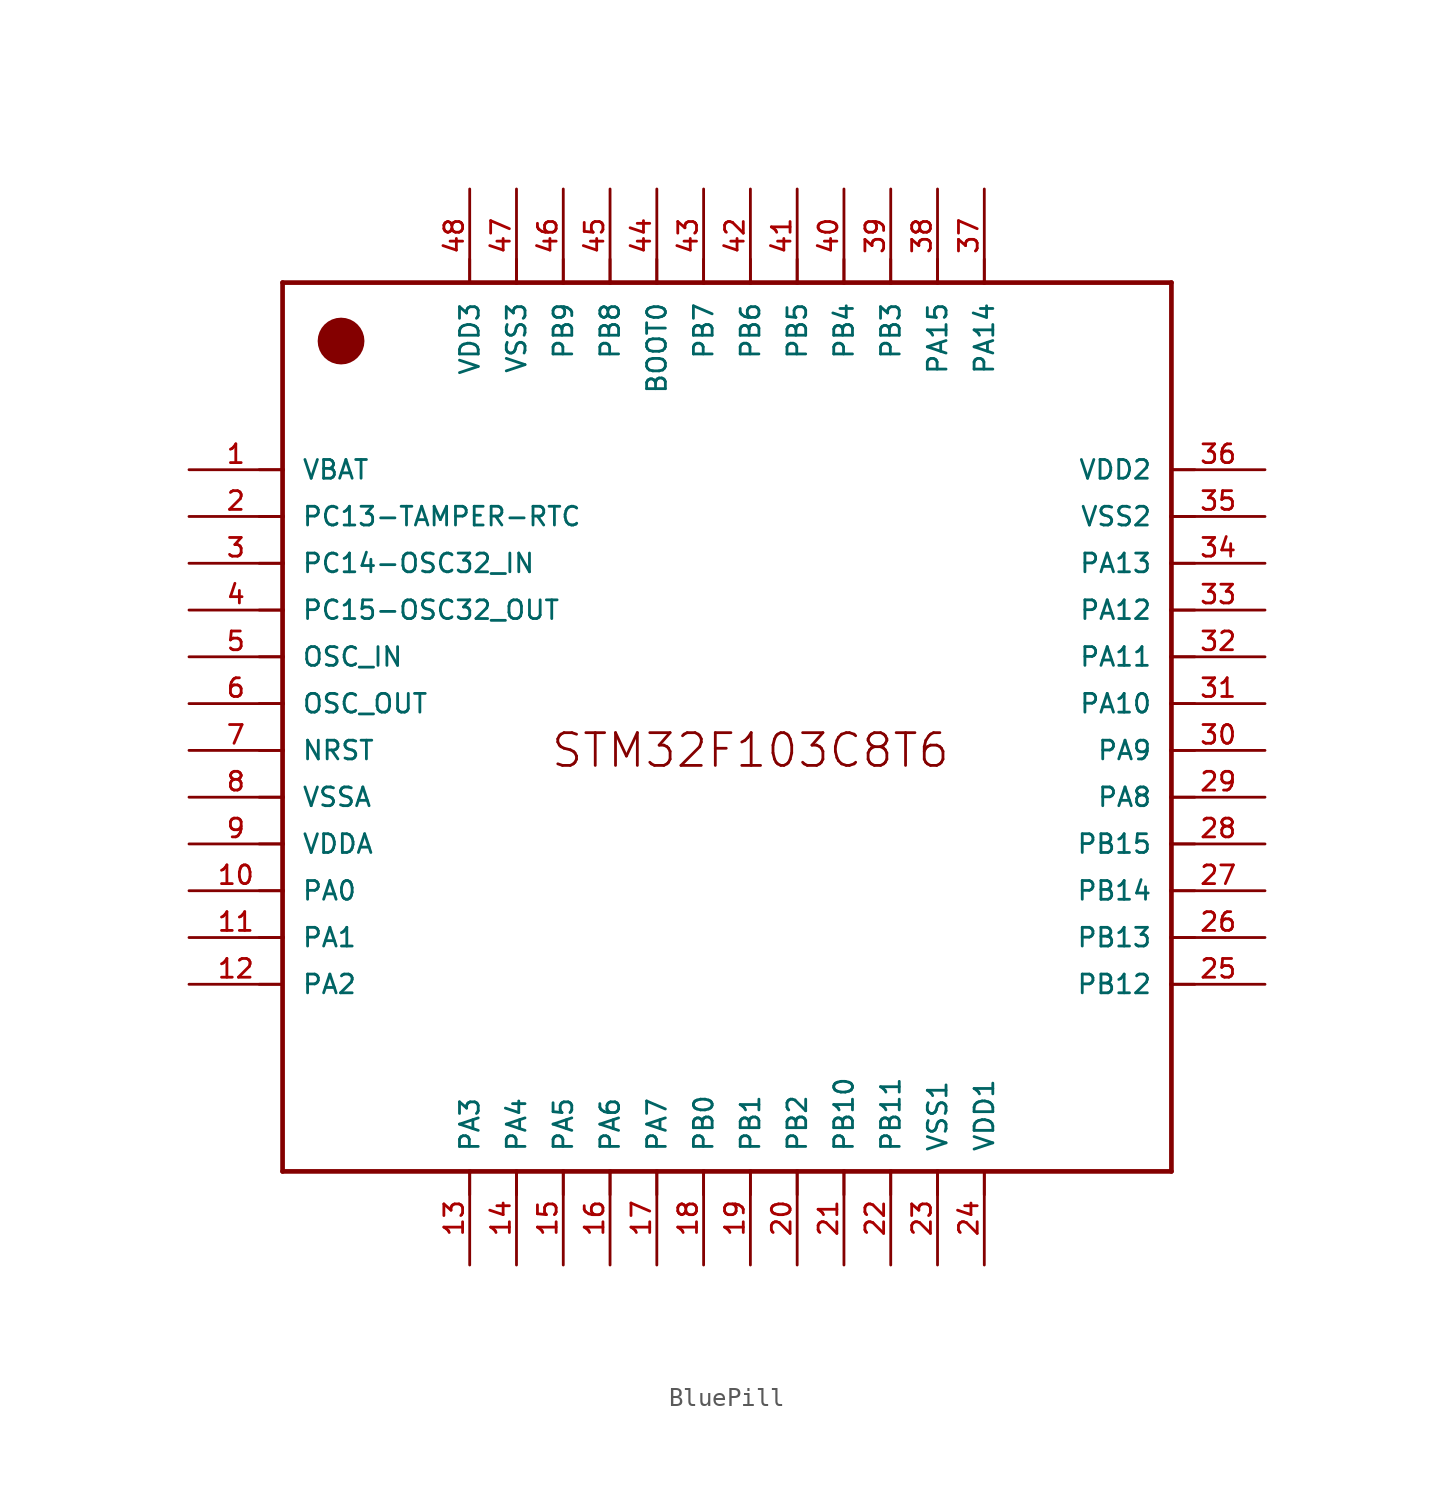
<source format=kicad_sym>
(kicad_symbol_lib
  (version 20220914)
  (generator kicad_symbol_editor)
  (symbol "BluePill"
    (pin_names
      (offset 1.016))
    (property "Reference" "U"
      (at 21.59 26.67 0)
      (effects (font (size 1.27 1.27)) (justify left bottom) hide))
    (property "ki_locked" ""
      (at 0 0 0)
      (effects (font (size 1.27 1.27))))
    (symbol "BluePill_0_0"
      (circle (center -22.225 22.225) (radius 0.635) (stroke (width 1.27) (type solid)) (fill (type none)))
      (polyline (pts (xy -26.67 -10.16) (xy -25.4 -10.16)) (stroke (width 0.152) (type solid)) (fill (type none)))
      (polyline (pts (xy -26.67 -7.62) (xy -25.4 -7.62)) (stroke (width 0.152) (type solid)) (fill (type none)))
      (polyline (pts (xy -26.67 -5.08) (xy -25.4 -5.08)) (stroke (width 0.152) (type solid)) (fill (type none)))
      (polyline (pts (xy -26.67 -2.54) (xy -25.4 -2.54)) (stroke (width 0.152) (type solid)) (fill (type none)))
      (polyline (pts (xy -26.67 0) (xy -25.4 0)) (stroke (width 0.152) (type solid)) (fill (type none)))
      (polyline (pts (xy -26.67 2.54) (xy -25.4 2.54)) (stroke (width 0.152) (type solid)) (fill (type none)))
      (polyline (pts (xy -26.67 5.08) (xy -25.4 5.08)) (stroke (width 0.152) (type solid)) (fill (type none)))
      (polyline (pts (xy -26.67 7.62) (xy -25.4 7.62)) (stroke (width 0.152) (type solid)) (fill (type none)))
      (polyline (pts (xy -26.67 10.16) (xy -25.4 10.16)) (stroke (width 0.152) (type solid)) (fill (type none)))
      (polyline (pts (xy -26.67 12.7) (xy -25.4 12.7)) (stroke (width 0.152) (type solid)) (fill (type none)))
      (polyline (pts (xy -26.67 15.24) (xy -25.4 15.24)) (stroke (width 0.152) (type solid)) (fill (type none)))
      (polyline (pts (xy -25.4 -22.86) (xy -25.4 -10.16)) (stroke (width 0.254) (type solid)) (fill (type none)))
      (polyline (pts (xy -25.4 -12.7) (xy -26.67 -12.7)) (stroke (width 0.152) (type solid)) (fill (type none)))
      (polyline (pts (xy -25.4 -10.16) (xy -25.4 -12.7)) (stroke (width 0.152) (type solid)) (fill (type none)))
      (polyline (pts (xy -25.4 -10.16) (xy -25.4 -7.62)) (stroke (width 0.254) (type solid)) (fill (type none)))
      (polyline (pts (xy -25.4 -7.62) (xy -25.4 -5.08)) (stroke (width 0.254) (type solid)) (fill (type none)))
      (polyline (pts (xy -25.4 -5.08) (xy -25.4 -2.54)) (stroke (width 0.254) (type solid)) (fill (type none)))
      (polyline (pts (xy -25.4 -2.54) (xy -25.4 0)) (stroke (width 0.254) (type solid)) (fill (type none)))
      (polyline (pts (xy -25.4 0) (xy -25.4 2.54)) (stroke (width 0.254) (type solid)) (fill (type none)))
      (polyline (pts (xy -25.4 2.54) (xy -25.4 5.08)) (stroke (width 0.254) (type solid)) (fill (type none)))
      (polyline (pts (xy -25.4 5.08) (xy -25.4 7.62)) (stroke (width 0.254) (type solid)) (fill (type none)))
      (polyline (pts (xy -25.4 7.62) (xy -25.4 10.16)) (stroke (width 0.254) (type solid)) (fill (type none)))
      (polyline (pts (xy -25.4 10.16) (xy -25.4 12.7)) (stroke (width 0.254) (type solid)) (fill (type none)))
      (polyline (pts (xy -25.4 12.7) (xy -25.4 15.24)) (stroke (width 0.254) (type solid)) (fill (type none)))
      (polyline (pts (xy -25.4 15.24) (xy -25.4 25.4)) (stroke (width 0.254) (type solid)) (fill (type none)))
      (polyline (pts (xy -25.4 25.4) (xy -12.7 25.4)) (stroke (width 0.254) (type solid)) (fill (type none)))
      (polyline (pts (xy -15.24 -24.13) (xy -15.24 -22.86)) (stroke (width 0.152) (type solid)) (fill (type none)))
      (polyline (pts (xy -15.24 -22.86) (xy -25.4 -22.86)) (stroke (width 0.254) (type solid)) (fill (type none)))
      (polyline (pts (xy -15.24 25.4) (xy -15.24 26.67)) (stroke (width 0.152) (type solid)) (fill (type none)))
      (polyline (pts (xy -12.7 -24.13) (xy -12.7 -22.86)) (stroke (width 0.152) (type solid)) (fill (type none)))
      (polyline (pts (xy -12.7 -22.86) (xy -15.24 -22.86)) (stroke (width 0.254) (type solid)) (fill (type none)))
      (polyline (pts (xy -12.7 25.4) (xy -15.24 25.4)) (stroke (width 0.152) (type solid)) (fill (type none)))
      (polyline (pts (xy -12.7 25.4) (xy -10.16 25.4)) (stroke (width 0.254) (type solid)) (fill (type none)))
      (polyline (pts (xy -12.7 26.67) (xy -12.7 25.4)) (stroke (width 0.152) (type solid)) (fill (type none)))
      (polyline (pts (xy -10.16 -24.13) (xy -10.16 -22.86)) (stroke (width 0.152) (type solid)) (fill (type none)))
      (polyline (pts (xy -10.16 -22.86) (xy -12.7 -22.86)) (stroke (width 0.254) (type solid)) (fill (type none)))
      (polyline (pts (xy -10.16 25.4) (xy -7.62 25.4)) (stroke (width 0.254) (type solid)) (fill (type none)))
      (polyline (pts (xy -10.16 26.67) (xy -10.16 25.4)) (stroke (width 0.152) (type solid)) (fill (type none)))
      (polyline (pts (xy -7.62 -24.13) (xy -7.62 -22.86)) (stroke (width 0.152) (type solid)) (fill (type none)))
      (polyline (pts (xy -7.62 -22.86) (xy -10.16 -22.86)) (stroke (width 0.254) (type solid)) (fill (type none)))
      (polyline (pts (xy -7.62 25.4) (xy -5.08 25.4)) (stroke (width 0.254) (type solid)) (fill (type none)))
      (polyline (pts (xy -7.62 26.67) (xy -7.62 25.4)) (stroke (width 0.152) (type solid)) (fill (type none)))
      (polyline (pts (xy -5.08 -24.13) (xy -5.08 -22.86)) (stroke (width 0.152) (type solid)) (fill (type none)))
      (polyline (pts (xy -5.08 -22.86) (xy -7.62 -22.86)) (stroke (width 0.254) (type solid)) (fill (type none)))
      (polyline (pts (xy -5.08 25.4) (xy -2.54 25.4)) (stroke (width 0.254) (type solid)) (fill (type none)))
      (polyline (pts (xy -5.08 26.67) (xy -5.08 25.4)) (stroke (width 0.152) (type solid)) (fill (type none)))
      (polyline (pts (xy -2.54 -24.13) (xy -2.54 -22.86)) (stroke (width 0.152) (type solid)) (fill (type none)))
      (polyline (pts (xy -2.54 -22.86) (xy -5.08 -22.86)) (stroke (width 0.254) (type solid)) (fill (type none)))
      (polyline (pts (xy -2.54 25.4) (xy 0 25.4)) (stroke (width 0.254) (type solid)) (fill (type none)))
      (polyline (pts (xy -2.54 26.67) (xy -2.54 25.4)) (stroke (width 0.152) (type solid)) (fill (type none)))
      (polyline (pts (xy 0 -24.13) (xy 0 -22.86)) (stroke (width 0.152) (type solid)) (fill (type none)))
      (polyline (pts (xy 0 -22.86) (xy -2.54 -22.86)) (stroke (width 0.254) (type solid)) (fill (type none)))
      (polyline (pts (xy 0 25.4) (xy 2.54 25.4)) (stroke (width 0.254) (type solid)) (fill (type none)))
      (polyline (pts (xy 0 26.67) (xy 0 25.4)) (stroke (width 0.152) (type solid)) (fill (type none)))
      (polyline (pts (xy 2.54 -24.13) (xy 2.54 -22.86)) (stroke (width 0.152) (type solid)) (fill (type none)))
      (polyline (pts (xy 2.54 -22.86) (xy 0 -22.86)) (stroke (width 0.254) (type solid)) (fill (type none)))
      (polyline (pts (xy 2.54 25.4) (xy 5.08 25.4)) (stroke (width 0.254) (type solid)) (fill (type none)))
      (polyline (pts (xy 2.54 26.67) (xy 2.54 25.4)) (stroke (width 0.152) (type solid)) (fill (type none)))
      (polyline (pts (xy 5.08 -24.13) (xy 5.08 -22.86)) (stroke (width 0.152) (type solid)) (fill (type none)))
      (polyline (pts (xy 5.08 -22.86) (xy 2.54 -22.86)) (stroke (width 0.254) (type solid)) (fill (type none)))
      (polyline (pts (xy 5.08 25.4) (xy 7.62 25.4)) (stroke (width 0.254) (type solid)) (fill (type none)))
      (polyline (pts (xy 5.08 26.67) (xy 5.08 25.4)) (stroke (width 0.152) (type solid)) (fill (type none)))
      (polyline (pts (xy 7.62 -24.13) (xy 7.62 -22.86)) (stroke (width 0.152) (type solid)) (fill (type none)))
      (polyline (pts (xy 7.62 -22.86) (xy 5.08 -22.86)) (stroke (width 0.254) (type solid)) (fill (type none)))
      (polyline (pts (xy 7.62 25.4) (xy 10.16 25.4)) (stroke (width 0.254) (type solid)) (fill (type none)))
      (polyline (pts (xy 7.62 26.67) (xy 7.62 25.4)) (stroke (width 0.152) (type solid)) (fill (type none)))
      (polyline (pts (xy 10.16 -24.13) (xy 10.16 -22.86)) (stroke (width 0.152) (type solid)) (fill (type none)))
      (polyline (pts (xy 10.16 -22.86) (xy 7.62 -22.86)) (stroke (width 0.254) (type solid)) (fill (type none)))
      (polyline (pts (xy 10.16 -22.86) (xy 12.7 -22.86)) (stroke (width 0.152) (type solid)) (fill (type none)))
      (polyline (pts (xy 10.16 25.4) (xy 12.7 25.4)) (stroke (width 0.254) (type solid)) (fill (type none)))
      (polyline (pts (xy 10.16 26.67) (xy 10.16 25.4)) (stroke (width 0.152) (type solid)) (fill (type none)))
      (polyline (pts (xy 12.7 -22.86) (xy 12.7 -24.13)) (stroke (width 0.152) (type solid)) (fill (type none)))
      (polyline (pts (xy 12.7 25.4) (xy 22.86 25.4)) (stroke (width 0.254) (type solid)) (fill (type none)))
      (polyline (pts (xy 12.7 26.67) (xy 12.7 25.4)) (stroke (width 0.152) (type solid)) (fill (type none)))
      (polyline (pts (xy 22.86 -22.86) (xy 10.16 -22.86)) (stroke (width 0.254) (type solid)) (fill (type none)))
      (polyline (pts (xy 22.86 -12.7) (xy 22.86 -22.86)) (stroke (width 0.254) (type solid)) (fill (type none)))
      (polyline (pts (xy 22.86 -10.16) (xy 22.86 -12.7)) (stroke (width 0.254) (type solid)) (fill (type none)))
      (polyline (pts (xy 22.86 -7.62) (xy 22.86 -10.16)) (stroke (width 0.254) (type solid)) (fill (type none)))
      (polyline (pts (xy 22.86 -5.08) (xy 22.86 -7.62)) (stroke (width 0.254) (type solid)) (fill (type none)))
      (polyline (pts (xy 22.86 -2.54) (xy 22.86 -5.08)) (stroke (width 0.254) (type solid)) (fill (type none)))
      (polyline (pts (xy 22.86 0) (xy 22.86 -2.54)) (stroke (width 0.254) (type solid)) (fill (type none)))
      (polyline (pts (xy 22.86 2.54) (xy 22.86 0)) (stroke (width 0.254) (type solid)) (fill (type none)))
      (polyline (pts (xy 22.86 5.08) (xy 22.86 2.54)) (stroke (width 0.254) (type solid)) (fill (type none)))
      (polyline (pts (xy 22.86 7.62) (xy 22.86 5.08)) (stroke (width 0.254) (type solid)) (fill (type none)))
      (polyline (pts (xy 22.86 10.16) (xy 22.86 7.62)) (stroke (width 0.254) (type solid)) (fill (type none)))
      (polyline (pts (xy 22.86 12.7) (xy 22.86 10.16)) (stroke (width 0.254) (type solid)) (fill (type none)))
      (polyline (pts (xy 22.86 12.7) (xy 22.86 15.24)) (stroke (width 0.152) (type solid)) (fill (type none)))
      (polyline (pts (xy 22.86 15.24) (xy 24.13 15.24)) (stroke (width 0.152) (type solid)) (fill (type none)))
      (polyline (pts (xy 22.86 25.4) (xy 22.86 12.7)) (stroke (width 0.254) (type solid)) (fill (type none)))
      (polyline (pts (xy 24.13 -12.7) (xy 22.86 -12.7)) (stroke (width 0.152) (type solid)) (fill (type none)))
      (polyline (pts (xy 24.13 -10.16) (xy 22.86 -10.16)) (stroke (width 0.152) (type solid)) (fill (type none)))
      (polyline (pts (xy 24.13 -7.62) (xy 22.86 -7.62)) (stroke (width 0.152) (type solid)) (fill (type none)))
      (polyline (pts (xy 24.13 -5.08) (xy 22.86 -5.08)) (stroke (width 0.152) (type solid)) (fill (type none)))
      (polyline (pts (xy 24.13 -2.54) (xy 22.86 -2.54)) (stroke (width 0.152) (type solid)) (fill (type none)))
      (polyline (pts (xy 24.13 0) (xy 22.86 0)) (stroke (width 0.152) (type solid)) (fill (type none)))
      (polyline (pts (xy 24.13 2.54) (xy 22.86 2.54)) (stroke (width 0.152) (type solid)) (fill (type none)))
      (polyline (pts (xy 24.13 5.08) (xy 22.86 5.08)) (stroke (width 0.152) (type solid)) (fill (type none)))
      (polyline (pts (xy 24.13 7.62) (xy 22.86 7.62)) (stroke (width 0.152) (type solid)) (fill (type none)))
      (polyline (pts (xy 24.13 10.16) (xy 22.86 10.16)) (stroke (width 0.152) (type solid)) (fill (type none)))
      (polyline (pts (xy 24.13 12.7) (xy 22.86 12.7)) (stroke (width 0.152) (type solid)) (fill (type none)))
      (pin bidirectional line (at -30.48 15.24 0) (length 5.08) (name "VBAT" (effects (font (size 1.016 1.016)))) (number "1" (effects (font (size 1.016 1.016)))))
      (pin bidirectional line (at -30.48 -7.62 0) (length 5.08) (name "PA0" (effects (font (size 1.016 1.016)))) (number "10" (effects (font (size 1.016 1.016)))))
      (pin bidirectional line (at -30.48 -10.16 0) (length 5.08) (name "PA1" (effects (font (size 1.016 1.016)))) (number "11" (effects (font (size 1.016 1.016)))))
      (pin bidirectional line (at -30.48 -12.7 0) (length 5.08) (name "PA2" (effects (font (size 1.016 1.016)))) (number "12" (effects (font (size 1.016 1.016)))))
      (pin bidirectional line (at -15.24 -27.94 90) (length 5.08) (name "PA3" (effects (font (size 1.016 1.016)))) (number "13" (effects (font (size 1.016 1.016)))))
      (pin bidirectional line (at -12.7 -27.94 90) (length 5.08) (name "PA4" (effects (font (size 1.016 1.016)))) (number "14" (effects (font (size 1.016 1.016)))))
      (pin bidirectional line (at -10.16 -27.94 90) (length 5.08) (name "PA5" (effects (font (size 1.016 1.016)))) (number "15" (effects (font (size 1.016 1.016)))))
      (pin bidirectional line (at -7.62 -27.94 90) (length 5.08) (name "PA6" (effects (font (size 1.016 1.016)))) (number "16" (effects (font (size 1.016 1.016)))))
      (pin bidirectional line (at -5.08 -27.94 90) (length 5.08) (name "PA7" (effects (font (size 1.016 1.016)))) (number "17" (effects (font (size 1.016 1.016)))))
      (pin bidirectional line (at -2.54 -27.94 90) (length 5.08) (name "PB0" (effects (font (size 1.016 1.016)))) (number "18" (effects (font (size 1.016 1.016)))))
      (pin bidirectional line (at 0 -27.94 90) (length 5.08) (name "PB1" (effects (font (size 1.016 1.016)))) (number "19" (effects (font (size 1.016 1.016)))))
      (pin bidirectional line (at -30.48 12.7 0) (length 5.08) (name "PC13-TAMPER-RTC" (effects (font (size 1.016 1.016)))) (number "2" (effects (font (size 1.016 1.016)))))
      (pin bidirectional line (at 2.54 -27.94 90) (length 5.08) (name "PB2" (effects (font (size 1.016 1.016)))) (number "20" (effects (font (size 1.016 1.016)))))
      (pin bidirectional line (at 5.08 -27.94 90) (length 5.08) (name "PB10" (effects (font (size 1.016 1.016)))) (number "21" (effects (font (size 1.016 1.016)))))
      (pin bidirectional line (at 7.62 -27.94 90) (length 5.08) (name "PB11" (effects (font (size 1.016 1.016)))) (number "22" (effects (font (size 1.016 1.016)))))
      (pin bidirectional line (at 10.16 -27.94 90) (length 5.08) (name "VSS1" (effects (font (size 1.016 1.016)))) (number "23" (effects (font (size 1.016 1.016)))))
      (pin bidirectional line (at 12.7 -27.94 90) (length 5.08) (name "VDD1" (effects (font (size 1.016 1.016)))) (number "24" (effects (font (size 1.016 1.016)))))
      (pin bidirectional line (at 27.94 -12.7 180) (length 5.08) (name "PB12" (effects (font (size 1.016 1.016)))) (number "25" (effects (font (size 1.016 1.016)))))
      (pin bidirectional line (at 27.94 -10.16 180) (length 5.08) (name "PB13" (effects (font (size 1.016 1.016)))) (number "26" (effects (font (size 1.016 1.016)))))
      (pin bidirectional line (at 27.94 -7.62 180) (length 5.08) (name "PB14" (effects (font (size 1.016 1.016)))) (number "27" (effects (font (size 1.016 1.016)))))
      (pin bidirectional line (at 27.94 -5.08 180) (length 5.08) (name "PB15" (effects (font (size 1.016 1.016)))) (number "28" (effects (font (size 1.016 1.016)))))
      (pin bidirectional line (at 27.94 -2.54 180) (length 5.08) (name "PA8" (effects (font (size 1.016 1.016)))) (number "29" (effects (font (size 1.016 1.016)))))
      (pin bidirectional line (at -30.48 10.16 0) (length 5.08) (name "PC14-OSC32_IN" (effects (font (size 1.016 1.016)))) (number "3" (effects (font (size 1.016 1.016)))))
      (pin bidirectional line (at 27.94 0 180) (length 5.08) (name "PA9" (effects (font (size 1.016 1.016)))) (number "30" (effects (font (size 1.016 1.016)))))
      (pin bidirectional line (at 27.94 2.54 180) (length 5.08) (name "PA10" (effects (font (size 1.016 1.016)))) (number "31" (effects (font (size 1.016 1.016)))))
      (pin bidirectional line (at 27.94 5.08 180) (length 5.08) (name "PA11" (effects (font (size 1.016 1.016)))) (number "32" (effects (font (size 1.016 1.016)))))
      (pin bidirectional line (at 27.94 7.62 180) (length 5.08) (name "PA12" (effects (font (size 1.016 1.016)))) (number "33" (effects (font (size 1.016 1.016)))))
      (pin bidirectional line (at 27.94 10.16 180) (length 5.08) (name "PA13" (effects (font (size 1.016 1.016)))) (number "34" (effects (font (size 1.016 1.016)))))
      (pin bidirectional line (at 27.94 12.7 180) (length 5.08) (name "VSS2" (effects (font (size 1.016 1.016)))) (number "35" (effects (font (size 1.016 1.016)))))
      (pin bidirectional line (at 27.94 15.24 180) (length 5.08) (name "VDD2" (effects (font (size 1.016 1.016)))) (number "36" (effects (font (size 1.016 1.016)))))
      (pin bidirectional line (at 12.7 30.48 270) (length 5.08) (name "PA14" (effects (font (size 1.016 1.016)))) (number "37" (effects (font (size 1.016 1.016)))))
      (pin bidirectional line (at 10.16 30.48 270) (length 5.08) (name "PA15" (effects (font (size 1.016 1.016)))) (number "38" (effects (font (size 1.016 1.016)))))
      (pin bidirectional line (at 7.62 30.48 270) (length 5.08) (name "PB3" (effects (font (size 1.016 1.016)))) (number "39" (effects (font (size 1.016 1.016)))))
      (pin bidirectional line (at -30.48 7.62 0) (length 5.08) (name "PC15-OSC32_OUT" (effects (font (size 1.016 1.016)))) (number "4" (effects (font (size 1.016 1.016)))))
      (pin bidirectional line (at 5.08 30.48 270) (length 5.08) (name "PB4" (effects (font (size 1.016 1.016)))) (number "40" (effects (font (size 1.016 1.016)))))
      (pin bidirectional line (at 2.54 30.48 270) (length 5.08) (name "PB5" (effects (font (size 1.016 1.016)))) (number "41" (effects (font (size 1.016 1.016)))))
      (pin bidirectional line (at 0 30.48 270) (length 5.08) (name "PB6" (effects (font (size 1.016 1.016)))) (number "42" (effects (font (size 1.016 1.016)))))
      (pin bidirectional line (at -2.54 30.48 270) (length 5.08) (name "PB7" (effects (font (size 1.016 1.016)))) (number "43" (effects (font (size 1.016 1.016)))))
      (pin bidirectional line (at -5.08 30.48 270) (length 5.08) (name "BOOT0" (effects (font (size 1.016 1.016)))) (number "44" (effects (font (size 1.016 1.016)))))
      (pin bidirectional line (at -7.62 30.48 270) (length 5.08) (name "PB8" (effects (font (size 1.016 1.016)))) (number "45" (effects (font (size 1.016 1.016)))))
      (pin bidirectional line (at -10.16 30.48 270) (length 5.08) (name "PB9" (effects (font (size 1.016 1.016)))) (number "46" (effects (font (size 1.016 1.016)))))
      (pin bidirectional line (at -12.7 30.48 270) (length 5.08) (name "VSS3" (effects (font (size 1.016 1.016)))) (number "47" (effects (font (size 1.016 1.016)))))
      (pin bidirectional line (at -15.24 30.48 270) (length 5.08) (name "VDD3" (effects (font (size 1.016 1.016)))) (number "48" (effects (font (size 1.016 1.016)))))
      (pin bidirectional line (at -30.48 5.08 0) (length 5.08) (name "OSC_IN" (effects (font (size 1.016 1.016)))) (number "5" (effects (font (size 1.016 1.016)))))
      (pin bidirectional line (at -30.48 2.54 0) (length 5.08) (name "OSC_OUT" (effects (font (size 1.016 1.016)))) (number "6" (effects (font (size 1.016 1.016)))))
      (pin bidirectional line (at -30.48 0 0) (length 5.08) (name "NRST" (effects (font (size 1.016 1.016)))) (number "7" (effects (font (size 1.016 1.016)))))
      (pin bidirectional line (at -30.48 -2.54 0) (length 5.08) (name "VSSA" (effects (font (size 1.016 1.016)))) (number "8" (effects (font (size 1.016 1.016)))))
      (pin bidirectional line (at -30.48 -5.08 0) (length 5.08) (name "VDDA" (effects (font (size 1.016 1.016)))) (number "9" (effects (font (size 1.016 1.016))))))
    (symbol "BluePill_1_0"
      (text "STM32F103C8T6" (at 0 0 0) (effects (font (size 1.778 1.778)))))))
</source>
